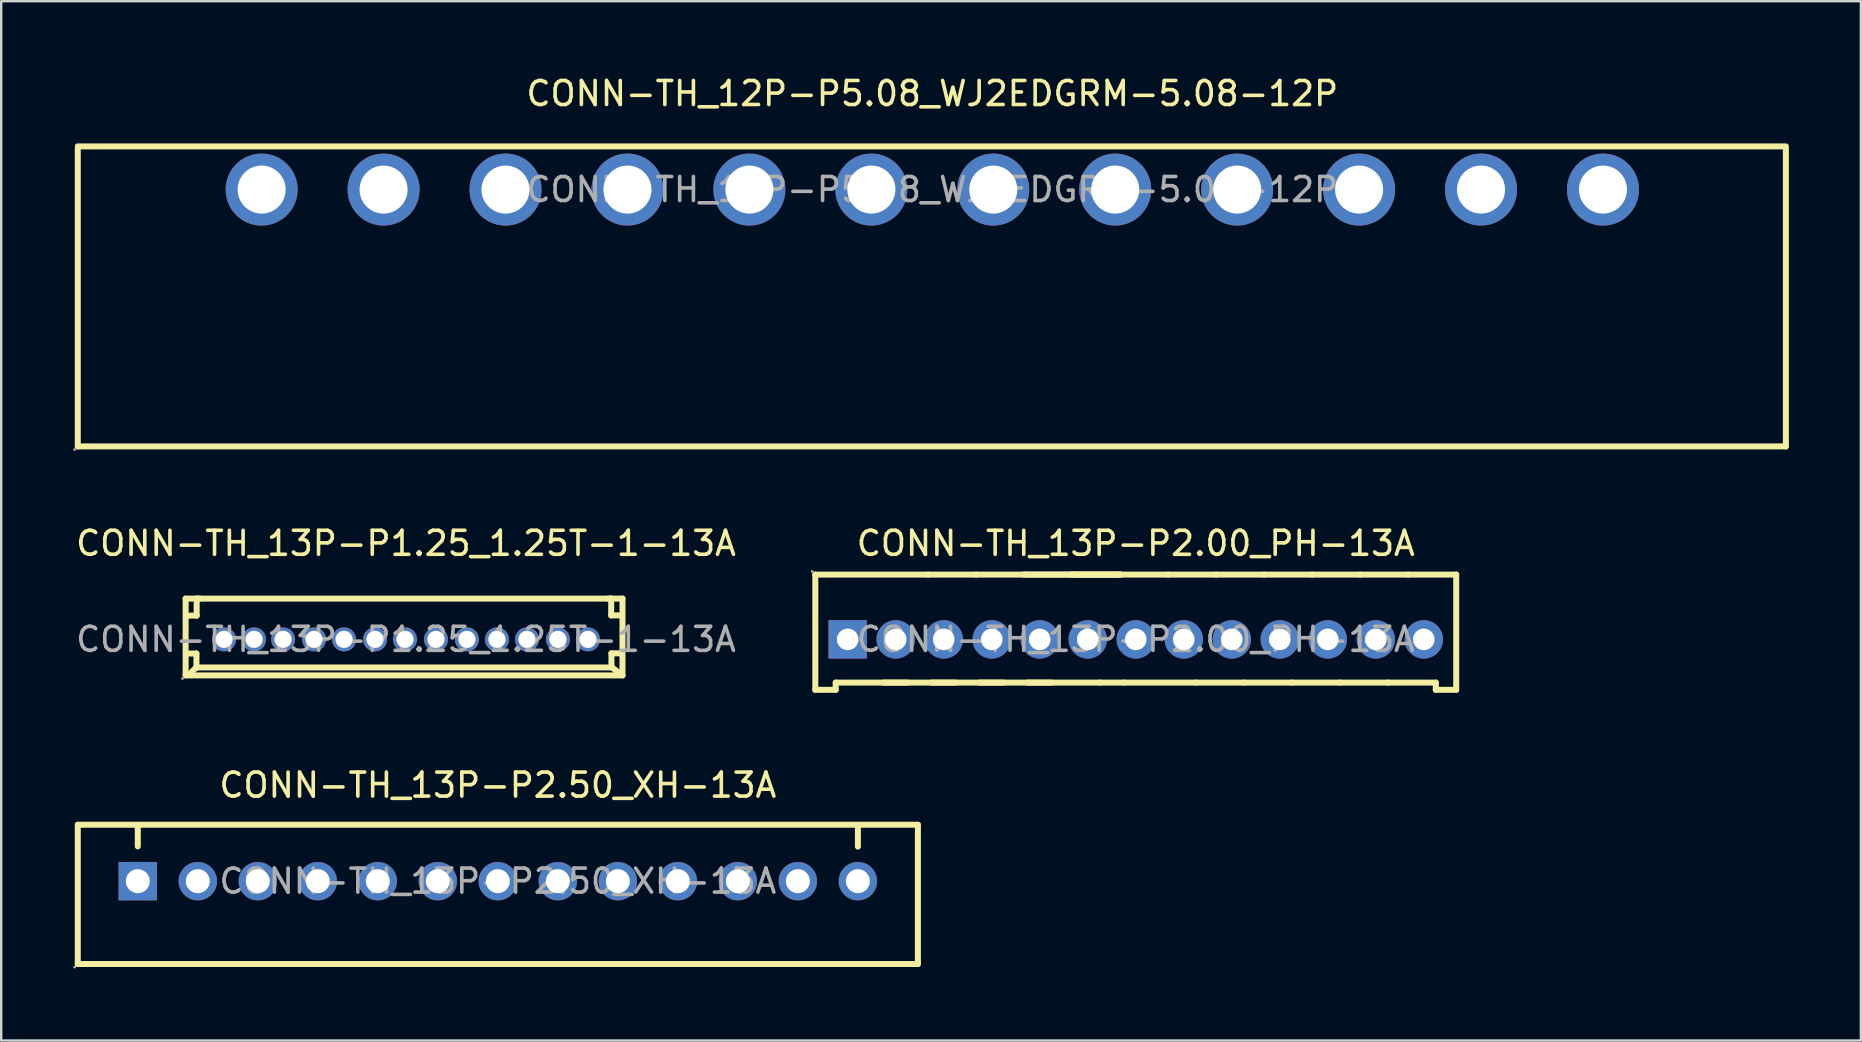
<source format=kicad_pcb>
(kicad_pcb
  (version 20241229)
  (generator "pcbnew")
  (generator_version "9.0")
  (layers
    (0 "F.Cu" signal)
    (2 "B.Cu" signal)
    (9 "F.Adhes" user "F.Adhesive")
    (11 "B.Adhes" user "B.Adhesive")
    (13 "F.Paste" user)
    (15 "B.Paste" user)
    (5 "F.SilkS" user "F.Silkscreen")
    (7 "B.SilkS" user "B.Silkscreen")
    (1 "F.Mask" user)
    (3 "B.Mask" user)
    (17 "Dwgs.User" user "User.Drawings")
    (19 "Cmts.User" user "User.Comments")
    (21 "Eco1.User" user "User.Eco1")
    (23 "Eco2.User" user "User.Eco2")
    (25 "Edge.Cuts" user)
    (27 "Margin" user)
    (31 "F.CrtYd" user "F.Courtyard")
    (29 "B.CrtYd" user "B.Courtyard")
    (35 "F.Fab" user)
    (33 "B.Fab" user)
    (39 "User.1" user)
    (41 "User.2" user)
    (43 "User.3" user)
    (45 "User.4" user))
  (footprint "CONN-TH_13P-P1.25_1.25T-1-13A"
    (layer "F.Cu")
    (at 13.863 23.587)
    (property "Reference" "CONN-TH_13P-P1.25_1.25T-1-13A" (at 0 -4 0) (layer "F.SilkS") (effects (font (size 1 1) (thickness 0.15))))
    (attr through_hole)
    (fp_line (start -9.18 -1.7) (end -9.18 1.5) (stroke (width 0.25) (type solid)) (layer "F.SilkS"))
    (fp_line (start -9.18 -1.7) (end 9.02 -1.7) (stroke (width 0.25) (type solid)) (layer "F.SilkS"))
    (fp_line (start -9.18 1.5) (end 9.02 1.5) (stroke (width 0.25) (type solid)) (layer "F.SilkS"))
    (fp_line (start -9.17 -0.99) (end -8.72 -0.99) (stroke (width 0.25) (type solid)) (layer "F.SilkS"))
    (fp_line (start -9.17 1.48) (end -9.05 1.48) (stroke (width 0.25) (type solid)) (layer "F.SilkS"))
    (fp_line (start -9.05 1.48) (end -8.74 1.17) (stroke (width 0.25) (type solid)) (layer "F.SilkS"))
    (fp_line (start -8.74 1.17) (end 8.58 1.17) (stroke (width 0.25) (type solid)) (layer "F.SilkS"))
    (fp_line (start -8.73 0.59) (end -9.17 0.59) (stroke (width 0.25) (type solid)) (layer "F.SilkS"))
    (fp_line (start -8.73 1.17) (end -8.73 0.59) (stroke (width 0.25) (type solid)) (layer "F.SilkS"))
    (fp_line (start -8.72 -1.7) (end -8.59 -1.7) (stroke (width 0.25) (type solid)) (layer "F.SilkS"))
    (fp_line (start -8.72 -0.99) (end -8.72 -1.7) (stroke (width 0.25) (type solid)) (layer "F.SilkS"))
    (fp_line (start 8.55 -1.7) (end 8.42 -1.7) (stroke (width 0.25) (type solid)) (layer "F.SilkS"))
    (fp_line (start 8.55 -1) (end 8.55 -1.7) (stroke (width 0.25) (type solid)) (layer "F.SilkS"))
    (fp_line (start 8.56 0.58) (end 9 0.58) (stroke (width 0.25) (type solid)) (layer "F.SilkS"))
    (fp_line (start 8.56 1.16) (end 8.56 0.58) (stroke (width 0.25) (type solid)) (layer "F.SilkS"))
    (fp_line (start 8.58 1.17) (end 9.01 1.49) (stroke (width 0.25) (type solid)) (layer "F.SilkS"))
    (fp_line (start 9 -1) (end 8.55 -1) (stroke (width 0.25) (type solid)) (layer "F.SilkS"))
    (fp_line (start 9.02 -1.7) (end 9.02 1.5) (stroke (width 0.25) (type solid)) (layer "F.SilkS"))
    (fp_circle (center -9.31 1.63) (end -9.28 1.63) (stroke (width 0.06) (type solid)) (fill no) (layer "F.Fab"))
    (fp_circle (center -7.58 0) (end -7.46 0) (stroke (width 0.25) (type solid)) (fill no) (layer "F.Fab"))
    (fp_circle (center -6.33 0) (end -6.21 0) (stroke (width 0.25) (type solid)) (fill no) (layer "F.Fab"))
    (fp_circle (center -5.12 0) (end -5 0) (stroke (width 0.25) (type solid)) (fill no) (layer "F.Fab"))
    (fp_circle (center -3.83 0) (end -3.71 0) (stroke (width 0.25) (type solid)) (fill no) (layer "F.Fab"))
    (fp_circle (center -2.58 0) (end -2.46 0) (stroke (width 0.25) (type solid)) (fill no) (layer "F.Fab"))
    (fp_circle (center -1.29 0) (end -1.17 0) (stroke (width 0.25) (type solid)) (fill no) (layer "F.Fab"))
    (fp_circle (center -0.04 0) (end 0.08 0) (stroke (width 0.25) (type solid)) (fill no) (layer "F.Fab"))
    (fp_circle (center 1.25 0) (end 1.37 0) (stroke (width 0.25) (type solid)) (fill no) (layer "F.Fab"))
    (fp_circle (center 2.54 0) (end 2.66 0) (stroke (width 0.25) (type solid)) (fill no) (layer "F.Fab"))
    (fp_circle (center 3.79 0) (end 3.91 0) (stroke (width 0.25) (type solid)) (fill no) (layer "F.Fab"))
    (fp_circle (center 5.04 0) (end 5.16 0) (stroke (width 0.25) (type solid)) (fill no) (layer "F.Fab"))
    (fp_circle (center 6.33 0) (end 6.45 0) (stroke (width 0.25) (type solid)) (fill no) (layer "F.Fab"))
    (fp_circle (center 7.58 0) (end 7.7 0) (stroke (width 0.25) (type solid)) (fill no) (layer "F.Fab"))
    (fp_text user "${REFERENCE}" (at 0 0 0) (layer "F.Fab") (effects (font (size 1 1) (thickness 0.15))))
    (pad "1" thru_hole circle (at -7.58 0) (size 1 1) (drill 0.7) (layers "*.Cu" "*.Paste" "*.Mask"))
    (pad "2" thru_hole circle (at -6.33 0) (size 1 1) (drill 0.7) (layers "*.Cu" "*.Paste" "*.Mask"))
    (pad "3" thru_hole circle (at -5.12 0) (size 1 1) (drill 0.7) (layers "*.Cu" "*.Paste" "*.Mask"))
    (pad "4" thru_hole circle (at -3.83 0) (size 1 1) (drill 0.7) (layers "*.Cu" "*.Paste" "*.Mask"))
    (pad "5" thru_hole circle (at -2.58 0) (size 1 1) (drill 0.7) (layers "*.Cu" "*.Paste" "*.Mask"))
    (pad "6" thru_hole circle (at -1.29 0) (size 1 1) (drill 0.7) (layers "*.Cu" "*.Paste" "*.Mask"))
    (pad "7" thru_hole circle (at -0.04 0) (size 1 1) (drill 0.7) (layers "*.Cu" "*.Paste" "*.Mask"))
    (pad "8" thru_hole circle (at 1.25 0) (size 1 1) (drill 0.7) (layers "*.Cu" "*.Paste" "*.Mask"))
    (pad "9" thru_hole circle (at 2.54 0) (size 1 1) (drill 0.7) (layers "*.Cu" "*.Paste" "*.Mask"))
    (pad "10" thru_hole circle (at 3.79 0) (size 1 1) (drill 0.7) (layers "*.Cu" "*.Paste" "*.Mask"))
    (pad "11" thru_hole circle (at 5.04 0) (size 1 1) (drill 0.7) (layers "*.Cu" "*.Paste" "*.Mask"))
    (pad "12" thru_hole circle (at 6.33 0) (size 1 1) (drill 0.7) (layers "*.Cu" "*.Paste" "*.Mask"))
    (pad "13" thru_hole circle (at 7.58 0) (size 1 1) (drill 0.7) (layers "*.Cu" "*.Paste" "*.Mask")))
  (footprint "CONN-TH_12P-P5.08_WJ2EDGRM-5.08-12P"
    (layer "F.Cu")
    (at 35.79 4.848)
    (property "Reference" "CONN-TH_12P-P5.08_WJ2EDGRM-5.08-12P" (at 0 -4 0) (layer "F.SilkS") (effects (font (size 1 1) (thickness 0.15))))
    (attr through_hole)
    (fp_line (start -35.6 10.7) (end -35.6 -1.7) (stroke (width 0.25) (type solid)) (layer "F.SilkS"))
    (fp_line (start -35.6 10.7) (end 35.56 10.7) (stroke (width 0.25) (type solid)) (layer "F.SilkS"))
    (fp_line (start 35.56 -1.8) (end -35.6 -1.8) (stroke (width 0.25) (type solid)) (layer "F.SilkS"))
    (fp_line (start 35.56 -1.7) (end 35.56 10.7) (stroke (width 0.25) (type solid)) (layer "F.SilkS"))
    (fp_circle (center -35.73 10.83) (end -35.7 10.83) (stroke (width 0.06) (type solid)) (fill no) (layer "F.Fab"))
    (fp_circle (center -27.94 0) (end -27.49 0) (stroke (width 0.9) (type solid)) (fill no) (layer "F.Fab"))
    (fp_circle (center -22.86 0) (end -22.41 0) (stroke (width 0.9) (type solid)) (fill no) (layer "F.Fab"))
    (fp_circle (center -17.78 0) (end -17.33 0) (stroke (width 0.9) (type solid)) (fill no) (layer "F.Fab"))
    (fp_circle (center -12.7 0) (end -12.25 0) (stroke (width 0.9) (type solid)) (fill no) (layer "F.Fab"))
    (fp_circle (center -7.62 0) (end -7.17 0) (stroke (width 0.9) (type solid)) (fill no) (layer "F.Fab"))
    (fp_circle (center -2.54 0) (end -2.09 0) (stroke (width 0.9) (type solid)) (fill no) (layer "F.Fab"))
    (fp_circle (center 2.54 0) (end 2.99 0) (stroke (width 0.9) (type solid)) (fill no) (layer "F.Fab"))
    (fp_circle (center 7.62 0) (end 8.07 0) (stroke (width 0.9) (type solid)) (fill no) (layer "F.Fab"))
    (fp_circle (center 12.7 0) (end 13.15 0) (stroke (width 0.9) (type solid)) (fill no) (layer "F.Fab"))
    (fp_circle (center 17.78 0) (end 18.23 0) (stroke (width 0.9) (type solid)) (fill no) (layer "F.Fab"))
    (fp_circle (center 22.86 0) (end 23.31 0) (stroke (width 0.9) (type solid)) (fill no) (layer "F.Fab"))
    (fp_circle (center 27.94 0) (end 28.39 0) (stroke (width 0.9) (type solid)) (fill no) (layer "F.Fab"))
    (fp_text user "${REFERENCE}" (at 0 0 0) (layer "F.Fab") (effects (font (size 1 1) (thickness 0.15))))
    (pad "1" thru_hole circle (at -27.94 0) (size 3 3) (drill 2) (layers "*.Cu" "*.Paste" "*.Mask"))
    (pad "2" thru_hole circle (at -22.86 0) (size 3 3) (drill 2) (layers "*.Cu" "*.Paste" "*.Mask"))
    (pad "3" thru_hole circle (at -17.78 0) (size 3 3) (drill 2) (layers "*.Cu" "*.Paste" "*.Mask"))
    (pad "4" thru_hole circle (at -12.7 0) (size 3 3) (drill 2) (layers "*.Cu" "*.Paste" "*.Mask"))
    (pad "5" thru_hole circle (at -7.62 0) (size 3 3) (drill 2) (layers "*.Cu" "*.Paste" "*.Mask"))
    (pad "6" thru_hole circle (at -2.54 0) (size 3 3) (drill 2) (layers "*.Cu" "*.Paste" "*.Mask"))
    (pad "7" thru_hole circle (at 2.54 0) (size 3 3) (drill 2) (layers "*.Cu" "*.Paste" "*.Mask"))
    (pad "8" thru_hole circle (at 7.62 0) (size 3 3) (drill 2) (layers "*.Cu" "*.Paste" "*.Mask"))
    (pad "9" thru_hole circle (at 12.7 0) (size 3 3) (drill 2) (layers "*.Cu" "*.Paste" "*.Mask"))
    (pad "10" thru_hole circle (at 17.78 0) (size 3 3) (drill 2) (layers "*.Cu" "*.Paste" "*.Mask"))
    (pad "11" thru_hole circle (at 22.86 0) (size 3 3) (drill 2) (layers "*.Cu" "*.Paste" "*.Mask"))
    (pad "12" thru_hole circle (at 27.94 0) (size 3 3) (drill 2) (layers "*.Cu" "*.Paste" "*.Mask")))
  (footprint "CONN-TH_13P-P2.50_XH-13A"
    (layer "F.Cu")
    (at 17.69 33.66)
    (property "Reference" "CONN-TH_13P-P2.50_XH-13A" (at 0 -4 0) (layer "F.SilkS") (effects (font (size 1 1) (thickness 0.15))))
    (attr through_hole)
    (fp_line (start -17.5 -2.35) (end -17.5 3.45) (stroke (width 0.25) (type solid)) (layer "F.SilkS"))
    (fp_line (start -17.5 3.45) (end 17.5 3.45) (stroke (width 0.25) (type solid)) (layer "F.SilkS"))
    (fp_line (start -15 -1.45) (end -15 -2.35) (stroke (width 0.25) (type solid)) (layer "F.SilkS"))
    (fp_line (start 15 -1.44) (end 15 -2.34) (stroke (width 0.25) (type solid)) (layer "F.SilkS"))
    (fp_line (start 17.5 -2.35) (end -17.5 -2.35) (stroke (width 0.25) (type solid)) (layer "F.SilkS"))
    (fp_line (start 17.5 -2.35) (end 17.5 3.45) (stroke (width 0.25) (type solid)) (layer "F.SilkS"))
    (fp_circle (center -17.63 3.58) (end -17.6 3.58) (stroke (width 0.06) (type solid)) (fill no) (layer "F.Fab"))
    (fp_circle (center -15 0) (end -14.8 0) (stroke (width 0.4) (type solid)) (fill no) (layer "F.Fab"))
    (fp_circle (center -12.5 0) (end -12.3 0) (stroke (width 0.4) (type solid)) (fill no) (layer "F.Fab"))
    (fp_circle (center -10 0) (end -9.8 0) (stroke (width 0.4) (type solid)) (fill no) (layer "F.Fab"))
    (fp_circle (center -7.5 0) (end -7.3 0) (stroke (width 0.4) (type solid)) (fill no) (layer "F.Fab"))
    (fp_circle (center -5 0) (end -4.8 0) (stroke (width 0.4) (type solid)) (fill no) (layer "F.Fab"))
    (fp_circle (center -2.5 0) (end -2.3 0) (stroke (width 0.4) (type solid)) (fill no) (layer "F.Fab"))
    (fp_circle (center 0 0) (end 0.2 0) (stroke (width 0.4) (type solid)) (fill no) (layer "F.Fab"))
    (fp_circle (center 2.5 0) (end 2.7 0) (stroke (width 0.4) (type solid)) (fill no) (layer "F.Fab"))
    (fp_circle (center 5 0) (end 5.2 0) (stroke (width 0.4) (type solid)) (fill no) (layer "F.Fab"))
    (fp_circle (center 7.5 0) (end 7.7 0) (stroke (width 0.4) (type solid)) (fill no) (layer "F.Fab"))
    (fp_circle (center 10 0) (end 10.2 0) (stroke (width 0.4) (type solid)) (fill no) (layer "F.Fab"))
    (fp_circle (center 12.5 0) (end 12.7 0) (stroke (width 0.4) (type solid)) (fill no) (layer "F.Fab"))
    (fp_circle (center 15 0) (end 15.2 0) (stroke (width 0.4) (type solid)) (fill no) (layer "F.Fab"))
    (fp_text user "${REFERENCE}" (at 0 0 0) (layer "F.Fab") (effects (font (size 1 1) (thickness 0.15))))
    (pad "1" thru_hole rect (at -15 0 180) (size 1.6 1.6) (drill 1) (layers "*.Cu" "*.Paste" "*.Mask"))
    (pad "2" thru_hole circle (at -12.5 0 180) (size 1.6 1.6) (drill 1) (layers "*.Cu" "*.Paste" "*.Mask"))
    (pad "3" thru_hole circle (at -10 0 180) (size 1.6 1.6) (drill 1) (layers "*.Cu" "*.Paste" "*.Mask"))
    (pad "4" thru_hole circle (at -7.5 0 180) (size 1.6 1.6) (drill 1) (layers "*.Cu" "*.Paste" "*.Mask"))
    (pad "5" thru_hole circle (at -5 0 180) (size 1.6 1.6) (drill 1) (layers "*.Cu" "*.Paste" "*.Mask"))
    (pad "6" thru_hole circle (at -2.5 0 180) (size 1.6 1.6) (drill 1) (layers "*.Cu" "*.Paste" "*.Mask"))
    (pad "7" thru_hole circle (at 0 0 180) (size 1.6 1.6) (drill 1) (layers "*.Cu" "*.Paste" "*.Mask"))
    (pad "8" thru_hole circle (at 2.5 0 180) (size 1.6 1.6) (drill 1) (layers "*.Cu" "*.Paste" "*.Mask"))
    (pad "9" thru_hole circle (at 5 0 180) (size 1.6 1.6) (drill 1) (layers "*.Cu" "*.Paste" "*.Mask"))
    (pad "10" thru_hole circle (at 7.5 0 180) (size 1.6 1.6) (drill 1) (layers "*.Cu" "*.Paste" "*.Mask"))
    (pad "11" thru_hole circle (at 10 0 180) (size 1.6 1.6) (drill 1) (layers "*.Cu" "*.Paste" "*.Mask"))
    (pad "12" thru_hole circle (at 12.5 0 180) (size 1.6 1.6) (drill 1) (layers "*.Cu" "*.Paste" "*.Mask"))
    (pad "13" thru_hole circle (at 15 0 180) (size 1.6 1.6) (drill 1) (layers "*.Cu" "*.Paste" "*.Mask")))
  (footprint "CONN-TH_13P-P2.00_PH-13A"
    (layer "F.Cu")
    (at 44.266 23.587)
    (property "Reference" "CONN-TH_13P-P2.00_PH-13A" (at 0 -4 0) (layer "F.SilkS") (effects (font (size 1 1) (thickness 0.15))))
    (attr through_hole)
    (fp_line (start -13.35 -2.7) (end -8.65 -2.7) (stroke (width 0.25) (type solid)) (layer "F.SilkS"))
    (fp_line (start -13.35 2.1) (end -13.35 -2.7) (stroke (width 0.25) (type solid)) (layer "F.SilkS"))
    (fp_line (start -12.5 1.8) (end -12.5 2.1) (stroke (width 0.25) (type solid)) (layer "F.SilkS"))
    (fp_line (start -12.5 2.1) (end -13.35 2.1) (stroke (width 0.25) (type solid)) (layer "F.SilkS"))
    (fp_line (start -9.5 1.8) (end -12.5 1.8) (stroke (width 0.25) (type solid)) (layer "F.SilkS"))
    (fp_line (start -8.65 -2.7) (end -6.65 -2.7) (stroke (width 0.25) (type solid)) (layer "F.SilkS"))
    (fp_line (start -7.5 1.8) (end -10.5 1.8) (stroke (width 0.25) (type solid)) (layer "F.SilkS"))
    (fp_line (start -6.65 -2.7) (end -4.65 -2.7) (stroke (width 0.25) (type solid)) (layer "F.SilkS"))
    (fp_line (start -5.5 1.8) (end -8.5 1.8) (stroke (width 0.25) (type solid)) (layer "F.SilkS"))
    (fp_line (start -4.65 -2.7) (end -2.65 -2.7) (stroke (width 0.25) (type solid)) (layer "F.SilkS"))
    (fp_line (start -3.5 1.8) (end -6.5 1.8) (stroke (width 0.25) (type solid)) (layer "F.SilkS"))
    (fp_line (start -2.65 -2.7) (end -4.65 -2.7) (stroke (width 0.25) (type solid)) (layer "F.SilkS"))
    (fp_line (start -2.65 -2.7) (end -0.65 -2.7) (stroke (width 0.25) (type solid)) (layer "F.SilkS"))
    (fp_line (start -2.65 -2.7) (end -0.65 -2.7) (stroke (width 0.25) (type solid)) (layer "F.SilkS"))
    (fp_line (start -1.5 1.8) (end -4.5 1.8) (stroke (width 0.25) (type solid)) (layer "F.SilkS"))
    (fp_line (start -0.65 -2.7) (end -2.65 -2.7) (stroke (width 0.25) (type solid)) (layer "F.SilkS"))
    (fp_line (start -0.65 -2.7) (end 1.35 -2.7) (stroke (width 0.25) (type solid)) (layer "F.SilkS"))
    (fp_line (start -0.5 1.8) (end -1.5 1.8) (stroke (width 0.25) (type solid)) (layer "F.SilkS"))
    (fp_line (start 1.35 -2.7) (end 3.35 -2.7) (stroke (width 0.25) (type solid)) (layer "F.SilkS"))
    (fp_line (start 2.5 1.8) (end -0.5 1.8) (stroke (width 0.25) (type solid)) (layer "F.SilkS"))
    (fp_line (start 3.35 -2.7) (end 5.35 -2.7) (stroke (width 0.25) (type solid)) (layer "F.SilkS"))
    (fp_line (start 4.5 1.8) (end 2.5 1.8) (stroke (width 0.25) (type solid)) (layer "F.SilkS"))
    (fp_line (start 5.35 -2.7) (end 7.35 -2.7) (stroke (width 0.25) (type solid)) (layer "F.SilkS"))
    (fp_line (start 6.5 1.8) (end 4.5 1.8) (stroke (width 0.25) (type solid)) (layer "F.SilkS"))
    (fp_line (start 7.35 -2.7) (end 9.35 -2.7) (stroke (width 0.25) (type solid)) (layer "F.SilkS"))
    (fp_line (start 8.5 1.8) (end 6.5 1.8) (stroke (width 0.25) (type solid)) (layer "F.SilkS"))
    (fp_line (start 9.35 -2.7) (end 11.35 -2.7) (stroke (width 0.25) (type solid)) (layer "F.SilkS"))
    (fp_line (start 10.5 1.8) (end 8.5 1.8) (stroke (width 0.25) (type solid)) (layer "F.SilkS"))
    (fp_line (start 11.35 -2.7) (end 13.35 -2.7) (stroke (width 0.25) (type solid)) (layer "F.SilkS"))
    (fp_line (start 12.5 1.8) (end 10.5 1.8) (stroke (width 0.25) (type solid)) (layer "F.SilkS"))
    (fp_line (start 12.5 2.1) (end 12.5 1.8) (stroke (width 0.25) (type solid)) (layer "F.SilkS"))
    (fp_line (start 13.35 -2.7) (end 13.35 2.1) (stroke (width 0.25) (type solid)) (layer "F.SilkS"))
    (fp_line (start 13.35 2.1) (end 12.5 2.1) (stroke (width 0.25) (type solid)) (layer "F.SilkS"))
    (fp_circle (center -13.48 -2.83) (end -13.45 -2.83) (stroke (width 0.06) (type solid)) (fill no) (layer "F.Fab"))
    (fp_circle (center -12 0) (end -11.82 0) (stroke (width 0.35) (type solid)) (fill no) (layer "F.Fab"))
    (fp_circle (center -10 0) (end -9.82 0) (stroke (width 0.35) (type solid)) (fill no) (layer "F.Fab"))
    (fp_circle (center -8 0) (end -7.82 0) (stroke (width 0.35) (type solid)) (fill no) (layer "F.Fab"))
    (fp_circle (center -6 0) (end -5.82 0) (stroke (width 0.35) (type solid)) (fill no) (layer "F.Fab"))
    (fp_circle (center -4 0) (end -3.82 0) (stroke (width 0.35) (type solid)) (fill no) (layer "F.Fab"))
    (fp_circle (center -2 0) (end -1.82 0) (stroke (width 0.35) (type solid)) (fill no) (layer "F.Fab"))
    (fp_circle (center 0 0) (end 0.18 0) (stroke (width 0.35) (type solid)) (fill no) (layer "F.Fab"))
    (fp_circle (center 2 0) (end 2.18 0) (stroke (width 0.35) (type solid)) (fill no) (layer "F.Fab"))
    (fp_circle (center 4 0) (end 4.18 0) (stroke (width 0.35) (type solid)) (fill no) (layer "F.Fab"))
    (fp_circle (center 6 0) (end 6.18 0) (stroke (width 0.35) (type solid)) (fill no) (layer "F.Fab"))
    (fp_circle (center 8 0) (end 8.18 0) (stroke (width 0.35) (type solid)) (fill no) (layer "F.Fab"))
    (fp_circle (center 10 0) (end 10.18 0) (stroke (width 0.35) (type solid)) (fill no) (layer "F.Fab"))
    (fp_circle (center 12 0) (end 12.18 0) (stroke (width 0.35) (type solid)) (fill no) (layer "F.Fab"))
    (fp_text user "${REFERENCE}" (at 0 0 0) (layer "F.Fab") (effects (font (size 1 1) (thickness 0.15))))
    (pad "1" thru_hole rect (at -12 0) (size 1.6 1.6) (drill 0.9) (layers "*.Cu" "*.Paste" "*.Mask"))
    (pad "2" thru_hole circle (at -10 0) (size 1.6 1.6) (drill 0.9) (layers "*.Cu" "*.Paste" "*.Mask"))
    (pad "3" thru_hole circle (at -8 0) (size 1.6 1.6) (drill 0.9) (layers "*.Cu" "*.Paste" "*.Mask"))
    (pad "4" thru_hole circle (at -6 0) (size 1.6 1.6) (drill 0.9) (layers "*.Cu" "*.Paste" "*.Mask"))
    (pad "5" thru_hole circle (at -4 0) (size 1.6 1.6) (drill 0.9) (layers "*.Cu" "*.Paste" "*.Mask"))
    (pad "6" thru_hole circle (at -2 0) (size 1.6 1.6) (drill 0.9) (layers "*.Cu" "*.Paste" "*.Mask"))
    (pad "7" thru_hole circle (at 0 0) (size 1.6 1.6) (drill 0.9) (layers "*.Cu" "*.Paste" "*.Mask"))
    (pad "8" thru_hole circle (at 2 0) (size 1.6 1.6) (drill 0.9) (layers "*.Cu" "*.Paste" "*.Mask"))
    (pad "9" thru_hole circle (at 4 0) (size 1.6 1.6) (drill 0.9) (layers "*.Cu" "*.Paste" "*.Mask"))
    (pad "10" thru_hole circle (at 6 0) (size 1.6 1.6) (drill 0.9) (layers "*.Cu" "*.Paste" "*.Mask"))
    (pad "11" thru_hole circle (at 8 0) (size 1.6 1.6) (drill 0.9) (layers "*.Cu" "*.Paste" "*.Mask"))
    (pad "12" thru_hole circle (at 10 0) (size 1.6 1.6) (drill 0.9) (layers "*.Cu" "*.Paste" "*.Mask"))
    (pad "13" thru_hole circle (at 12 0) (size 1.6 1.6) (drill 0.9) (layers "*.Cu" "*.Paste" "*.Mask")))
  (gr_rect
    (start -3 -3)
    (end 74.475 40.3)
    (stroke (width 0.1) (type default))
    (fill no)
    (layer "Edge.Cuts")))
</source>
